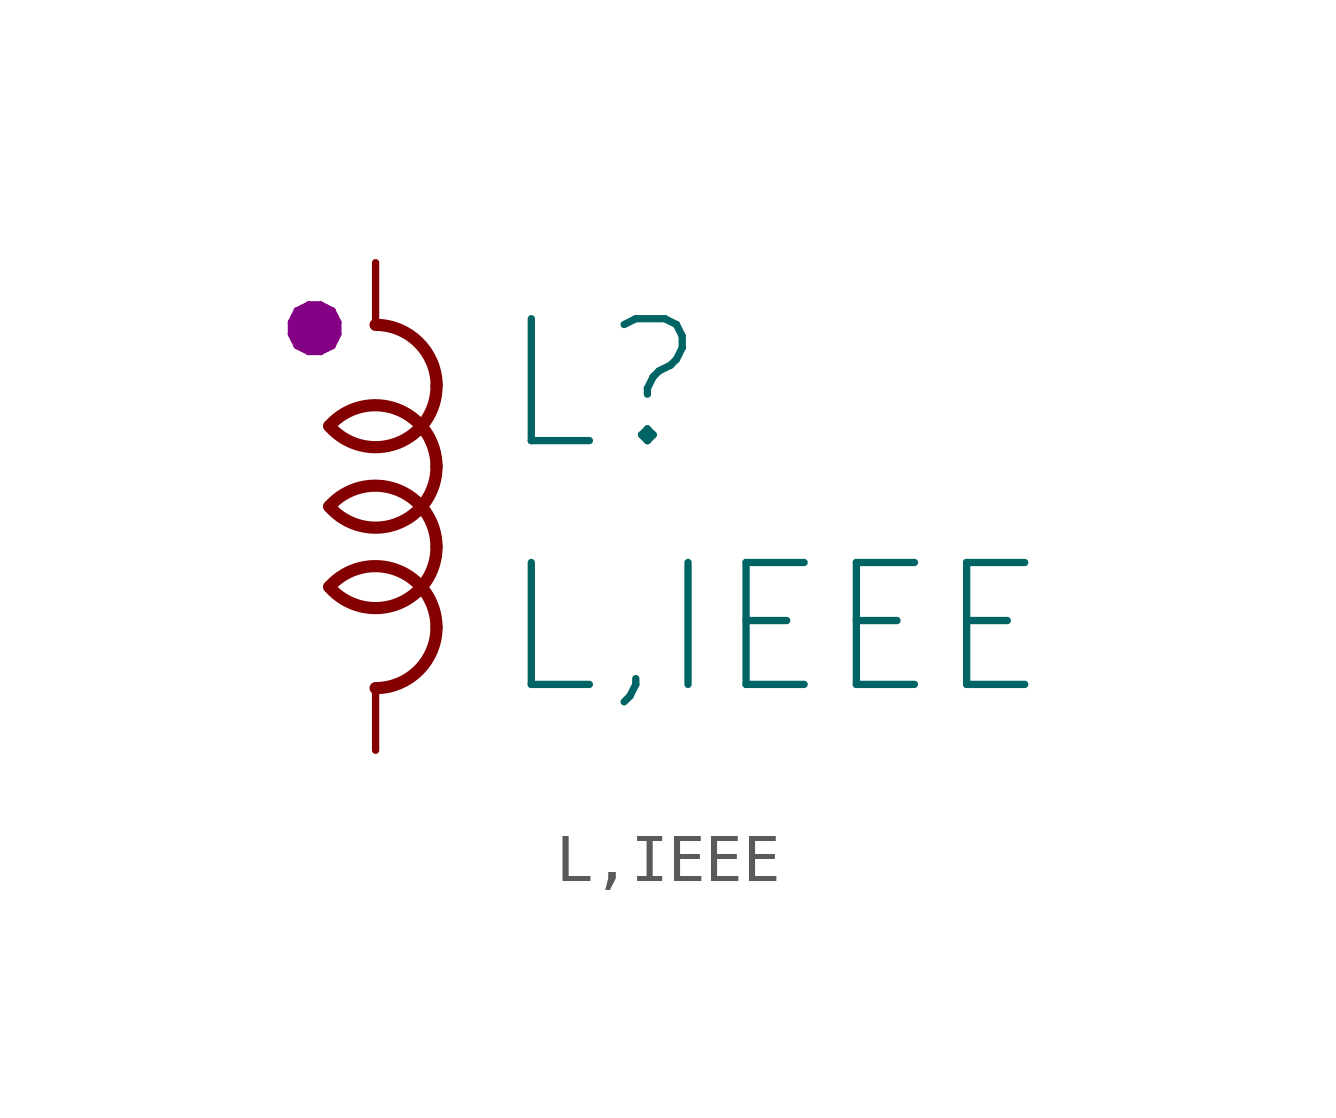
<source format=kicad_sym>
(kicad_symbol_lib
  (version 20211014)
  (generator kicad_symbol_editor)
  (symbol "L,IEEE"
    (pin_numbers hide)
    (pin_names
      (offset 0) hide)
    (property "Reference" "L"
      (at 2.54 2.54 0)
      (effects (font (size 2.54 2.54)) (justify left)))
    (property "Value" "L,IEEE"
      (at 2.54 -2.54 0)
      (effects (font (size 2.54 2.54)) (justify left)))
    (property "Indicator" "●"
      (at -1.27 3.81 0)
      (effects (font (size 1.27 1.27))))
    (symbol "L,IEEE_1_1"
      (arc (start -0.9652 -1.6764) (mid 0.4474 -2.0357) (end 1.27 -0.8382) (stroke (width 0.254) (type default) (color 0 0 0 0)) (fill (type none)))
      (arc (start -0.9652 0) (mid 0.4474 -0.3593) (end 1.27 0.8382) (stroke (width 0.254) (type default) (color 0 0 0 0)) (fill (type none)))
      (arc (start -0.9652 1.6764) (mid 0.4474 1.3171) (end 1.27 2.5146) (stroke (width 0.254) (type default) (color 0 0 0 0)) (fill (type none)))
      (arc (start 0 -3.7846) (mid 0.898 -3.4126) (end 1.27 -2.5146) (stroke (width 0.254) (type default) (color 0 0 0 0)) (fill (type none)))
      (arc (start 1.27 -2.5146) (mid 0.4445 -1.3249) (end -0.9652 -1.6764) (stroke (width 0.254) (type default) (color 0 0 0 0)) (fill (type none)))
      (arc (start 1.27 -0.8382) (mid 0.4445 0.3515) (end -0.9652 0) (stroke (width 0.254) (type default) (color 0 0 0 0)) (fill (type none)))
      (arc (start 1.27 0.8382) (mid 0.4445 2.0279) (end -0.9652 1.6764) (stroke (width 0.254) (type default) (color 0 0 0 0)) (fill (type none)))
      (arc (start 1.27 2.5146) (mid 0.898 3.4126) (end 0 3.7846) (stroke (width 0.254) (type default) (color 0 0 0 0)) (fill (type none)))
      (pin passive line (at 0 5.08 270) (length 1.295) (name "+" (effects (font (size 1.27 1.27)))) (number "1" (effects (font (size 1.829 1.829)))))
      (pin passive line (at 0 -5.08 90) (length 1.295) (name "-" (effects (font (size 1.27 1.27)))) (number "2" (effects (font (size 1.829 1.829))))))))
</source>
